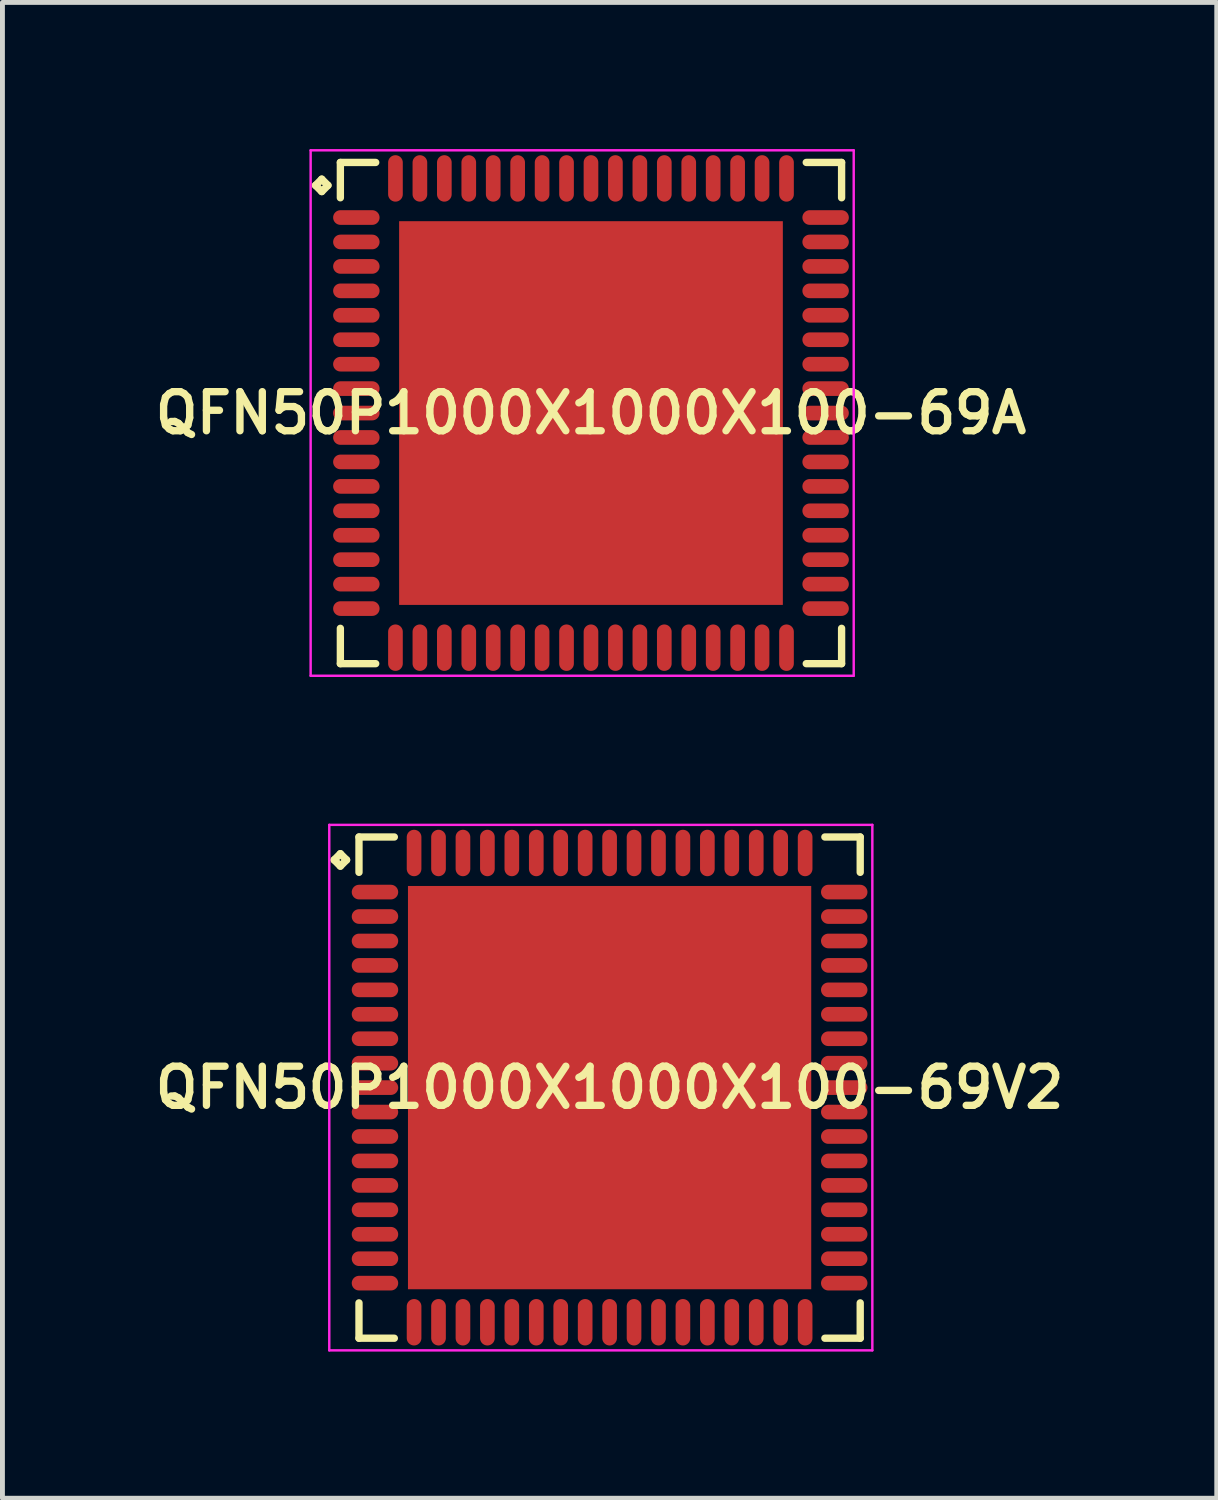
<source format=kicad_pcb>
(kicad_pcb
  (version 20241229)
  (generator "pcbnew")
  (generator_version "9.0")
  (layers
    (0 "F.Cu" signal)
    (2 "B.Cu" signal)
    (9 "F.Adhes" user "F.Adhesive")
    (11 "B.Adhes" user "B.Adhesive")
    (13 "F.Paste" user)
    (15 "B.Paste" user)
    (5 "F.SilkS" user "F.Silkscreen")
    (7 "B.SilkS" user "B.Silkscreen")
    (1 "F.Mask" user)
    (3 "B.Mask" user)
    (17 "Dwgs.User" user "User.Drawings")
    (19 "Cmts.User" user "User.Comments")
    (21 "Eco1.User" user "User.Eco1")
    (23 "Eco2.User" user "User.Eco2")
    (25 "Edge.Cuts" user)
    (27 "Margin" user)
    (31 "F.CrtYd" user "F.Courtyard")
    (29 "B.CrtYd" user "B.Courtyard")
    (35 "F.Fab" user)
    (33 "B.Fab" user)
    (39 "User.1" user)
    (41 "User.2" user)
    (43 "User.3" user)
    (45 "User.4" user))
  (footprint "QFN50P1000X1000X100-69V2"
    (layer "F.Cu")
    (at 9.421 19.2)
    (property "Reference" "QFN50P1000X1000X100-69V2" (at 0 0 0) (layer "F.SilkS") (effects (font (size 0.8 0.8) (thickness 0.15))))
    (attr smd)
    (fp_line (start -5.635 -4.658) (end -5.508 -4.785) (stroke (width 0.15) (type solid)) (layer "F.SilkS"))
    (fp_line (start -5.508 -4.785) (end -5.381 -4.658) (stroke (width 0.15) (type solid)) (layer "F.SilkS"))
    (fp_line (start -5.508 -4.531) (end -5.635 -4.658) (stroke (width 0.15) (type solid)) (layer "F.SilkS"))
    (fp_line (start -5.381 -4.658) (end -5.508 -4.531) (stroke (width 0.15) (type solid)) (layer "F.SilkS"))
    (fp_line (start -5.127 -5.127) (end -4.404 -5.127) (stroke (width 0.15) (type solid)) (layer "F.SilkS"))
    (fp_line (start -5.127 -4.404) (end -5.127 -5.127) (stroke (width 0.15) (type solid)) (layer "F.SilkS"))
    (fp_line (start -5.127 4.404) (end -5.127 5.127) (stroke (width 0.15) (type solid)) (layer "F.SilkS"))
    (fp_line (start -5.127 5.127) (end -4.404 5.127) (stroke (width 0.15) (type solid)) (layer "F.SilkS"))
    (fp_line (start 4.404 -5.127) (end 5.127 -5.127) (stroke (width 0.15) (type solid)) (layer "F.SilkS"))
    (fp_line (start 4.404 5.127) (end 5.127 5.127) (stroke (width 0.15) (type solid)) (layer "F.SilkS"))
    (fp_line (start 5.127 -5.127) (end 5.127 -4.404) (stroke (width 0.15) (type solid)) (layer "F.SilkS"))
    (fp_line (start 5.127 5.127) (end 5.127 4.404) (stroke (width 0.15) (type solid)) (layer "F.SilkS"))
    (fp_line (start -5.735 -5.375) (end 5.375 -5.375) (stroke (width 0.05) (type solid)) (layer "F.CrtYd"))
    (fp_line (start -5.735 5.375) (end -5.735 -5.375) (stroke (width 0.05) (type solid)) (layer "F.CrtYd"))
    (fp_line (start 5.375 -5.375) (end 5.375 5.375) (stroke (width 0.05) (type solid)) (layer "F.CrtYd"))
    (fp_line (start 5.375 5.375) (end -5.735 5.375) (stroke (width 0.05) (type solid)) (layer "F.CrtYd"))
    (pad "1" smd oval (at -4.8 -4) (size 0.95 0.3) (layers "F.Cu" "F.Mask" "F.Paste"))
    (pad "2" smd oval (at -4.8 -3.5) (size 0.95 0.3) (layers "F.Cu" "F.Mask" "F.Paste"))
    (pad "3" smd oval (at -4.8 -3) (size 0.95 0.3) (layers "F.Cu" "F.Mask" "F.Paste"))
    (pad "4" smd oval (at -4.8 -2.5) (size 0.95 0.3) (layers "F.Cu" "F.Mask" "F.Paste"))
    (pad "5" smd oval (at -4.8 -2) (size 0.95 0.3) (layers "F.Cu" "F.Mask" "F.Paste"))
    (pad "6" smd oval (at -4.8 -1.5) (size 0.95 0.3) (layers "F.Cu" "F.Mask" "F.Paste"))
    (pad "7" smd oval (at -4.8 -1) (size 0.95 0.3) (layers "F.Cu" "F.Mask" "F.Paste"))
    (pad "8" smd oval (at -4.8 -0.5) (size 0.95 0.3) (layers "F.Cu" "F.Mask" "F.Paste"))
    (pad "9" smd oval (at -4.8 0) (size 0.95 0.3) (layers "F.Cu" "F.Mask" "F.Paste"))
    (pad "10" smd oval (at -4.8 0.5) (size 0.95 0.3) (layers "F.Cu" "F.Mask" "F.Paste"))
    (pad "11" smd oval (at -4.8 1) (size 0.95 0.3) (layers "F.Cu" "F.Mask" "F.Paste"))
    (pad "12" smd oval (at -4.8 1.5) (size 0.95 0.3) (layers "F.Cu" "F.Mask" "F.Paste"))
    (pad "13" smd oval (at -4.8 2) (size 0.95 0.3) (layers "F.Cu" "F.Mask" "F.Paste"))
    (pad "14" smd oval (at -4.8 2.5) (size 0.95 0.3) (layers "F.Cu" "F.Mask" "F.Paste"))
    (pad "15" smd oval (at -4.8 3) (size 0.95 0.3) (layers "F.Cu" "F.Mask" "F.Paste"))
    (pad "16" smd oval (at -4.8 3.5) (size 0.95 0.3) (layers "F.Cu" "F.Mask" "F.Paste"))
    (pad "17" smd oval (at -4.8 4) (size 0.95 0.3) (layers "F.Cu" "F.Mask" "F.Paste"))
    (pad "18" smd oval (at -4 4.8) (size 0.3 0.95) (layers "F.Cu" "F.Mask" "F.Paste"))
    (pad "19" smd oval (at -3.5 4.8) (size 0.3 0.95) (layers "F.Cu" "F.Mask" "F.Paste"))
    (pad "20" smd oval (at -3 4.8) (size 0.3 0.95) (layers "F.Cu" "F.Mask" "F.Paste"))
    (pad "21" smd oval (at -2.5 4.8) (size 0.3 0.95) (layers "F.Cu" "F.Mask" "F.Paste"))
    (pad "22" smd oval (at -2 4.8) (size 0.3 0.95) (layers "F.Cu" "F.Mask" "F.Paste"))
    (pad "23" smd oval (at -1.5 4.8) (size 0.3 0.95) (layers "F.Cu" "F.Mask" "F.Paste"))
    (pad "24" smd oval (at -1 4.8) (size 0.3 0.95) (layers "F.Cu" "F.Mask" "F.Paste"))
    (pad "25" smd oval (at -0.5 4.8) (size 0.3 0.95) (layers "F.Cu" "F.Mask" "F.Paste"))
    (pad "26" smd oval (at 0 4.8) (size 0.3 0.95) (layers "F.Cu" "F.Mask" "F.Paste"))
    (pad "27" smd oval (at 0.5 4.8) (size 0.3 0.95) (layers "F.Cu" "F.Mask" "F.Paste"))
    (pad "28" smd oval (at 1 4.8) (size 0.3 0.95) (layers "F.Cu" "F.Mask" "F.Paste"))
    (pad "29" smd oval (at 1.5 4.8) (size 0.3 0.95) (layers "F.Cu" "F.Mask" "F.Paste"))
    (pad "30" smd oval (at 2 4.8) (size 0.3 0.95) (layers "F.Cu" "F.Mask" "F.Paste"))
    (pad "31" smd oval (at 2.5 4.8) (size 0.3 0.95) (layers "F.Cu" "F.Mask" "F.Paste"))
    (pad "32" smd oval (at 3 4.8) (size 0.3 0.95) (layers "F.Cu" "F.Mask" "F.Paste"))
    (pad "33" smd oval (at 3.5 4.8) (size 0.3 0.95) (layers "F.Cu" "F.Mask" "F.Paste"))
    (pad "34" smd oval (at 4 4.8) (size 0.3 0.95) (layers "F.Cu" "F.Mask" "F.Paste"))
    (pad "35" smd oval (at 4.8 4) (size 0.95 0.3) (layers "F.Cu" "F.Mask" "F.Paste"))
    (pad "36" smd oval (at 4.8 3.5) (size 0.95 0.3) (layers "F.Cu" "F.Mask" "F.Paste"))
    (pad "37" smd oval (at 4.8 3) (size 0.95 0.3) (layers "F.Cu" "F.Mask" "F.Paste"))
    (pad "38" smd oval (at 4.8 2.5) (size 0.95 0.3) (layers "F.Cu" "F.Mask" "F.Paste"))
    (pad "39" smd oval (at 4.8 2) (size 0.95 0.3) (layers "F.Cu" "F.Mask" "F.Paste"))
    (pad "40" smd oval (at 4.8 1.5) (size 0.95 0.3) (layers "F.Cu" "F.Mask" "F.Paste"))
    (pad "41" smd oval (at 4.8 1) (size 0.95 0.3) (layers "F.Cu" "F.Mask" "F.Paste"))
    (pad "42" smd oval (at 4.8 0.5) (size 0.95 0.3) (layers "F.Cu" "F.Mask" "F.Paste"))
    (pad "43" smd oval (at 4.8 0) (size 0.95 0.3) (layers "F.Cu" "F.Mask" "F.Paste"))
    (pad "44" smd oval (at 4.8 -0.5) (size 0.95 0.3) (layers "F.Cu" "F.Mask" "F.Paste"))
    (pad "45" smd oval (at 4.8 -1) (size 0.95 0.3) (layers "F.Cu" "F.Mask" "F.Paste"))
    (pad "46" smd oval (at 4.8 -1.5) (size 0.95 0.3) (layers "F.Cu" "F.Mask" "F.Paste"))
    (pad "47" smd oval (at 4.8 -2) (size 0.95 0.3) (layers "F.Cu" "F.Mask" "F.Paste"))
    (pad "48" smd oval (at 4.8 -2.5) (size 0.95 0.3) (layers "F.Cu" "F.Mask" "F.Paste"))
    (pad "49" smd oval (at 4.8 -3) (size 0.95 0.3) (layers "F.Cu" "F.Mask" "F.Paste"))
    (pad "50" smd oval (at 4.8 -3.5) (size 0.95 0.3) (layers "F.Cu" "F.Mask" "F.Paste"))
    (pad "51" smd oval (at 4.8 -4) (size 0.95 0.3) (layers "F.Cu" "F.Mask" "F.Paste"))
    (pad "52" smd oval (at 4 -4.8) (size 0.3 0.95) (layers "F.Cu" "F.Mask" "F.Paste"))
    (pad "53" smd oval (at 3.5 -4.8) (size 0.3 0.95) (layers "F.Cu" "F.Mask" "F.Paste"))
    (pad "54" smd oval (at 3 -4.8) (size 0.3 0.95) (layers "F.Cu" "F.Mask" "F.Paste"))
    (pad "55" smd oval (at 2.5 -4.8) (size 0.3 0.95) (layers "F.Cu" "F.Mask" "F.Paste"))
    (pad "56" smd oval (at 2 -4.8) (size 0.3 0.95) (layers "F.Cu" "F.Mask" "F.Paste"))
    (pad "57" smd oval (at 1.5 -4.8) (size 0.3 0.95) (layers "F.Cu" "F.Mask" "F.Paste"))
    (pad "58" smd oval (at 1 -4.8) (size 0.3 0.95) (layers "F.Cu" "F.Mask" "F.Paste"))
    (pad "59" smd oval (at 0.5 -4.8) (size 0.3 0.95) (layers "F.Cu" "F.Mask" "F.Paste"))
    (pad "60" smd oval (at 0 -4.8) (size 0.3 0.95) (layers "F.Cu" "F.Mask" "F.Paste"))
    (pad "61" smd oval (at -0.5 -4.8) (size 0.3 0.95) (layers "F.Cu" "F.Mask" "F.Paste"))
    (pad "62" smd oval (at -1 -4.8) (size 0.3 0.95) (layers "F.Cu" "F.Mask" "F.Paste"))
    (pad "63" smd oval (at -1.5 -4.8) (size 0.3 0.95) (layers "F.Cu" "F.Mask" "F.Paste"))
    (pad "64" smd oval (at -2 -4.8) (size 0.3 0.95) (layers "F.Cu" "F.Mask" "F.Paste"))
    (pad "65" smd oval (at -2.5 -4.8) (size 0.3 0.95) (layers "F.Cu" "F.Mask" "F.Paste"))
    (pad "66" smd oval (at -3 -4.8) (size 0.3 0.95) (layers "F.Cu" "F.Mask" "F.Paste"))
    (pad "67" smd oval (at -3.5 -4.8) (size 0.3 0.95) (layers "F.Cu" "F.Mask" "F.Paste"))
    (pad "68" smd oval (at -4 -4.8) (size 0.3 0.95) (layers "F.Cu" "F.Mask" "F.Paste"))
    (pad "69" smd rect (at 0 0) (size 8.25 8.25) (layers "F.Cu" "F.Mask" "F.Paste")))
  (footprint "QFN50P1000X1000X100-69A"
    (layer "F.Cu")
    (at 9.04 5.4)
    (property "Reference" "QFN50P1000X1000X100-69A" (at 0 0 0) (layer "F.SilkS") (effects (font (size 0.8 0.8) (thickness 0.15))))
    (attr smd)
    (fp_line (start -5.635 -4.658) (end -5.508 -4.785) (stroke (width 0.15) (type solid)) (layer "F.SilkS"))
    (fp_line (start -5.508 -4.785) (end -5.381 -4.658) (stroke (width 0.15) (type solid)) (layer "F.SilkS"))
    (fp_line (start -5.508 -4.531) (end -5.635 -4.658) (stroke (width 0.15) (type solid)) (layer "F.SilkS"))
    (fp_line (start -5.381 -4.658) (end -5.508 -4.531) (stroke (width 0.15) (type solid)) (layer "F.SilkS"))
    (fp_line (start -5.127 -5.127) (end -4.404 -5.127) (stroke (width 0.15) (type solid)) (layer "F.SilkS"))
    (fp_line (start -5.127 -4.404) (end -5.127 -5.127) (stroke (width 0.15) (type solid)) (layer "F.SilkS"))
    (fp_line (start -5.127 4.404) (end -5.127 5.127) (stroke (width 0.15) (type solid)) (layer "F.SilkS"))
    (fp_line (start -5.127 5.127) (end -4.404 5.127) (stroke (width 0.15) (type solid)) (layer "F.SilkS"))
    (fp_line (start 4.404 -5.127) (end 5.127 -5.127) (stroke (width 0.15) (type solid)) (layer "F.SilkS"))
    (fp_line (start 4.404 5.127) (end 5.127 5.127) (stroke (width 0.15) (type solid)) (layer "F.SilkS"))
    (fp_line (start 5.127 -5.127) (end 5.127 -4.404) (stroke (width 0.15) (type solid)) (layer "F.SilkS"))
    (fp_line (start 5.127 5.127) (end 5.127 4.404) (stroke (width 0.15) (type solid)) (layer "F.SilkS"))
    (fp_line (start -5.735 -5.375) (end 5.375 -5.375) (stroke (width 0.05) (type solid)) (layer "F.CrtYd"))
    (fp_line (start -5.735 5.375) (end -5.735 -5.375) (stroke (width 0.05) (type solid)) (layer "F.CrtYd"))
    (fp_line (start 5.375 -5.375) (end 5.375 5.375) (stroke (width 0.05) (type solid)) (layer "F.CrtYd"))
    (fp_line (start 5.375 5.375) (end -5.735 5.375) (stroke (width 0.05) (type solid)) (layer "F.CrtYd"))
    (pad "1" smd oval (at -4.8 -4) (size 0.95 0.3) (layers "F.Cu" "F.Mask" "F.Paste"))
    (pad "2" smd oval (at -4.8 -3.5) (size 0.95 0.3) (layers "F.Cu" "F.Mask" "F.Paste"))
    (pad "3" smd oval (at -4.8 -3) (size 0.95 0.3) (layers "F.Cu" "F.Mask" "F.Paste"))
    (pad "4" smd oval (at -4.8 -2.5) (size 0.95 0.3) (layers "F.Cu" "F.Mask" "F.Paste"))
    (pad "5" smd oval (at -4.8 -2) (size 0.95 0.3) (layers "F.Cu" "F.Mask" "F.Paste"))
    (pad "6" smd oval (at -4.8 -1.5) (size 0.95 0.3) (layers "F.Cu" "F.Mask" "F.Paste"))
    (pad "7" smd oval (at -4.8 -1) (size 0.95 0.3) (layers "F.Cu" "F.Mask" "F.Paste"))
    (pad "8" smd oval (at -4.8 -0.5) (size 0.95 0.3) (layers "F.Cu" "F.Mask" "F.Paste"))
    (pad "9" smd oval (at -4.8 0) (size 0.95 0.3) (layers "F.Cu" "F.Mask" "F.Paste"))
    (pad "10" smd oval (at -4.8 0.5) (size 0.95 0.3) (layers "F.Cu" "F.Mask" "F.Paste"))
    (pad "11" smd oval (at -4.8 1) (size 0.95 0.3) (layers "F.Cu" "F.Mask" "F.Paste"))
    (pad "12" smd oval (at -4.8 1.5) (size 0.95 0.3) (layers "F.Cu" "F.Mask" "F.Paste"))
    (pad "13" smd oval (at -4.8 2) (size 0.95 0.3) (layers "F.Cu" "F.Mask" "F.Paste"))
    (pad "14" smd oval (at -4.8 2.5) (size 0.95 0.3) (layers "F.Cu" "F.Mask" "F.Paste"))
    (pad "15" smd oval (at -4.8 3) (size 0.95 0.3) (layers "F.Cu" "F.Mask" "F.Paste"))
    (pad "16" smd oval (at -4.8 3.5) (size 0.95 0.3) (layers "F.Cu" "F.Mask" "F.Paste"))
    (pad "17" smd oval (at -4.8 4) (size 0.95 0.3) (layers "F.Cu" "F.Mask" "F.Paste"))
    (pad "18" smd oval (at -4 4.8) (size 0.3 0.95) (layers "F.Cu" "F.Mask" "F.Paste"))
    (pad "19" smd oval (at -3.5 4.8) (size 0.3 0.95) (layers "F.Cu" "F.Mask" "F.Paste"))
    (pad "20" smd oval (at -3 4.8) (size 0.3 0.95) (layers "F.Cu" "F.Mask" "F.Paste"))
    (pad "21" smd oval (at -2.5 4.8) (size 0.3 0.95) (layers "F.Cu" "F.Mask" "F.Paste"))
    (pad "22" smd oval (at -2 4.8) (size 0.3 0.95) (layers "F.Cu" "F.Mask" "F.Paste"))
    (pad "23" smd oval (at -1.5 4.8) (size 0.3 0.95) (layers "F.Cu" "F.Mask" "F.Paste"))
    (pad "24" smd oval (at -1 4.8) (size 0.3 0.95) (layers "F.Cu" "F.Mask" "F.Paste"))
    (pad "25" smd oval (at -0.5 4.8) (size 0.3 0.95) (layers "F.Cu" "F.Mask" "F.Paste"))
    (pad "26" smd oval (at 0 4.8) (size 0.3 0.95) (layers "F.Cu" "F.Mask" "F.Paste"))
    (pad "27" smd oval (at 0.5 4.8) (size 0.3 0.95) (layers "F.Cu" "F.Mask" "F.Paste"))
    (pad "28" smd oval (at 1 4.8) (size 0.3 0.95) (layers "F.Cu" "F.Mask" "F.Paste"))
    (pad "29" smd oval (at 1.5 4.8) (size 0.3 0.95) (layers "F.Cu" "F.Mask" "F.Paste"))
    (pad "30" smd oval (at 2 4.8) (size 0.3 0.95) (layers "F.Cu" "F.Mask" "F.Paste"))
    (pad "31" smd oval (at 2.5 4.8) (size 0.3 0.95) (layers "F.Cu" "F.Mask" "F.Paste"))
    (pad "32" smd oval (at 3 4.8) (size 0.3 0.95) (layers "F.Cu" "F.Mask" "F.Paste"))
    (pad "33" smd oval (at 3.5 4.8) (size 0.3 0.95) (layers "F.Cu" "F.Mask" "F.Paste"))
    (pad "34" smd oval (at 4 4.8) (size 0.3 0.95) (layers "F.Cu" "F.Mask" "F.Paste"))
    (pad "35" smd oval (at 4.8 4) (size 0.95 0.3) (layers "F.Cu" "F.Mask" "F.Paste"))
    (pad "36" smd oval (at 4.8 3.5) (size 0.95 0.3) (layers "F.Cu" "F.Mask" "F.Paste"))
    (pad "37" smd oval (at 4.8 3) (size 0.95 0.3) (layers "F.Cu" "F.Mask" "F.Paste"))
    (pad "38" smd oval (at 4.8 2.5) (size 0.95 0.3) (layers "F.Cu" "F.Mask" "F.Paste"))
    (pad "39" smd oval (at 4.8 2) (size 0.95 0.3) (layers "F.Cu" "F.Mask" "F.Paste"))
    (pad "40" smd oval (at 4.8 1.5) (size 0.95 0.3) (layers "F.Cu" "F.Mask" "F.Paste"))
    (pad "41" smd oval (at 4.8 1) (size 0.95 0.3) (layers "F.Cu" "F.Mask" "F.Paste"))
    (pad "42" smd oval (at 4.8 0.5) (size 0.95 0.3) (layers "F.Cu" "F.Mask" "F.Paste"))
    (pad "43" smd oval (at 4.8 0) (size 0.95 0.3) (layers "F.Cu" "F.Mask" "F.Paste"))
    (pad "44" smd oval (at 4.8 -0.5) (size 0.95 0.3) (layers "F.Cu" "F.Mask" "F.Paste"))
    (pad "45" smd oval (at 4.8 -1) (size 0.95 0.3) (layers "F.Cu" "F.Mask" "F.Paste"))
    (pad "46" smd oval (at 4.8 -1.5) (size 0.95 0.3) (layers "F.Cu" "F.Mask" "F.Paste"))
    (pad "47" smd oval (at 4.8 -2) (size 0.95 0.3) (layers "F.Cu" "F.Mask" "F.Paste"))
    (pad "48" smd oval (at 4.8 -2.5) (size 0.95 0.3) (layers "F.Cu" "F.Mask" "F.Paste"))
    (pad "49" smd oval (at 4.8 -3) (size 0.95 0.3) (layers "F.Cu" "F.Mask" "F.Paste"))
    (pad "50" smd oval (at 4.8 -3.5) (size 0.95 0.3) (layers "F.Cu" "F.Mask" "F.Paste"))
    (pad "51" smd oval (at 4.8 -4) (size 0.95 0.3) (layers "F.Cu" "F.Mask" "F.Paste"))
    (pad "52" smd oval (at 4 -4.8) (size 0.3 0.95) (layers "F.Cu" "F.Mask" "F.Paste"))
    (pad "53" smd oval (at 3.5 -4.8) (size 0.3 0.95) (layers "F.Cu" "F.Mask" "F.Paste"))
    (pad "54" smd oval (at 3 -4.8) (size 0.3 0.95) (layers "F.Cu" "F.Mask" "F.Paste"))
    (pad "55" smd oval (at 2.5 -4.8) (size 0.3 0.95) (layers "F.Cu" "F.Mask" "F.Paste"))
    (pad "56" smd oval (at 2 -4.8) (size 0.3 0.95) (layers "F.Cu" "F.Mask" "F.Paste"))
    (pad "57" smd oval (at 1.5 -4.8) (size 0.3 0.95) (layers "F.Cu" "F.Mask" "F.Paste"))
    (pad "58" smd oval (at 1 -4.8) (size 0.3 0.95) (layers "F.Cu" "F.Mask" "F.Paste"))
    (pad "59" smd oval (at 0.5 -4.8) (size 0.3 0.95) (layers "F.Cu" "F.Mask" "F.Paste"))
    (pad "60" smd oval (at 0 -4.8) (size 0.3 0.95) (layers "F.Cu" "F.Mask" "F.Paste"))
    (pad "61" smd oval (at -0.5 -4.8) (size 0.3 0.95) (layers "F.Cu" "F.Mask" "F.Paste"))
    (pad "62" smd oval (at -1 -4.8) (size 0.3 0.95) (layers "F.Cu" "F.Mask" "F.Paste"))
    (pad "63" smd oval (at -1.5 -4.8) (size 0.3 0.95) (layers "F.Cu" "F.Mask" "F.Paste"))
    (pad "64" smd oval (at -2 -4.8) (size 0.3 0.95) (layers "F.Cu" "F.Mask" "F.Paste"))
    (pad "65" smd oval (at -2.5 -4.8) (size 0.3 0.95) (layers "F.Cu" "F.Mask" "F.Paste"))
    (pad "66" smd oval (at -3 -4.8) (size 0.3 0.95) (layers "F.Cu" "F.Mask" "F.Paste"))
    (pad "67" smd oval (at -3.5 -4.8) (size 0.3 0.95) (layers "F.Cu" "F.Mask" "F.Paste"))
    (pad "68" smd oval (at -4 -4.8) (size 0.3 0.95) (layers "F.Cu" "F.Mask" "F.Paste"))
    (pad "69" smd rect (at 0 0) (size 7.85 7.85) (layers "F.Cu" "F.Mask" "F.Paste")))
  (gr_rect
    (start -3 -3)
    (end 21.842 27.6)
    (stroke (width 0.1) (type default))
    (fill no)
    (layer "Edge.Cuts")))
</source>
